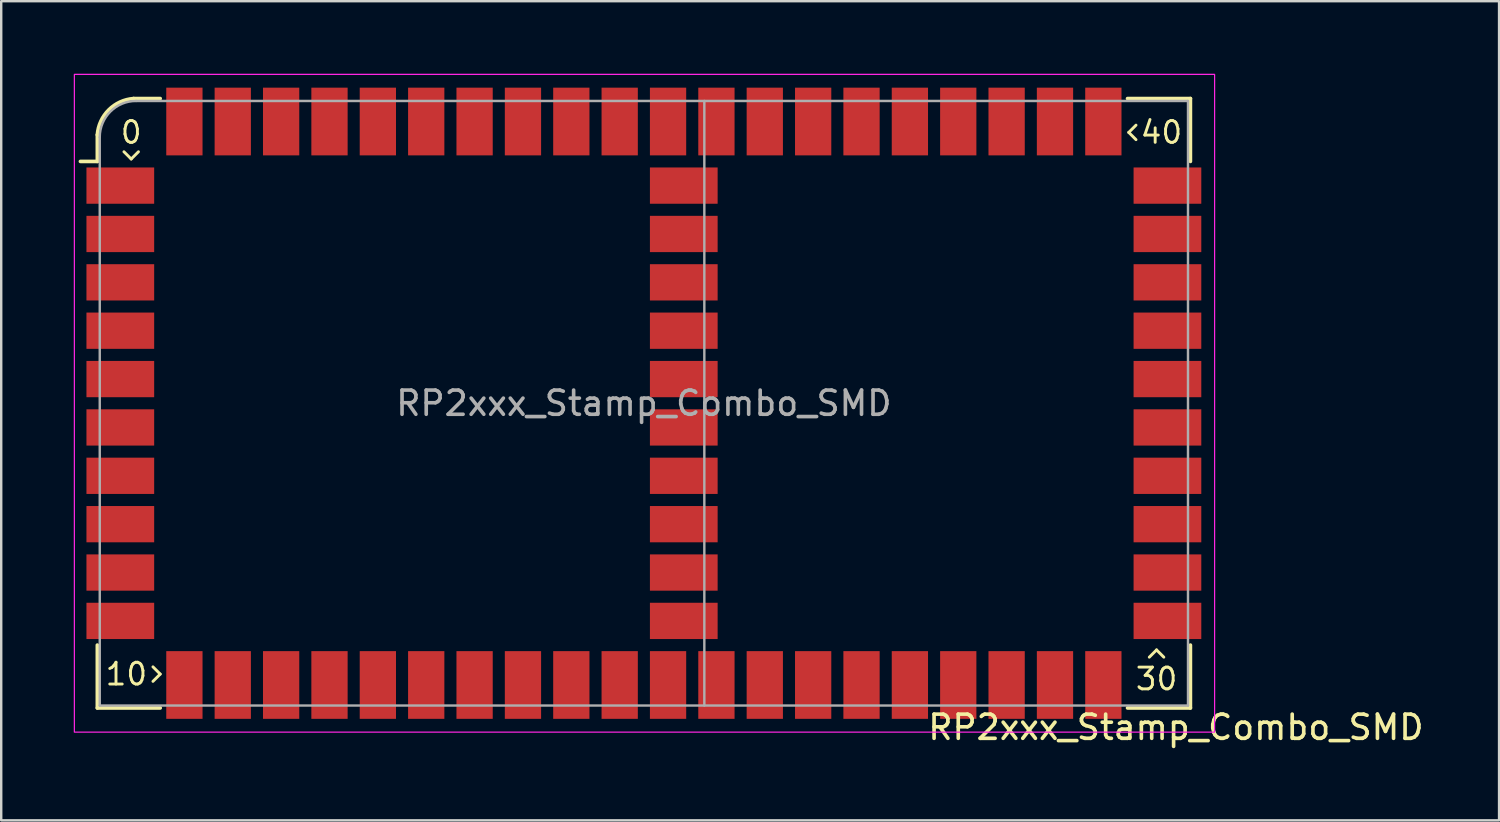
<source format=kicad_pcb>
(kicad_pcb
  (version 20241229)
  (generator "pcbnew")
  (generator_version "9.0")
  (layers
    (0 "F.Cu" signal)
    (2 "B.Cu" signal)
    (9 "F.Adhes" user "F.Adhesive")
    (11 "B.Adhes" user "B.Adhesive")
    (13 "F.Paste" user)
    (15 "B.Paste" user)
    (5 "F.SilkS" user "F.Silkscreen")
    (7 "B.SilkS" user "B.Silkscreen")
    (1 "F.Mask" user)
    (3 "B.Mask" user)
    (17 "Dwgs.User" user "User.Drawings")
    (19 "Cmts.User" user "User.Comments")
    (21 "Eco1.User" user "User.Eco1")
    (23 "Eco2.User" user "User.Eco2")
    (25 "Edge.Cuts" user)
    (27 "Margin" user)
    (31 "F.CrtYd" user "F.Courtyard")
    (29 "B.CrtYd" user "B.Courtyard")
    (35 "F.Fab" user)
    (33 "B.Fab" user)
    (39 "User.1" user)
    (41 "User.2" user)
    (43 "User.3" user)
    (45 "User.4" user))
  (footprint "RP2xxx_Stamp_Combo_SMD"
    (layer "F.Cu")
    (at 23.575 13.625)
    (property "Reference" "RP2xxx_Stamp_Combo_SMD" (at 22 13.4 0) (unlocked yes) (layer "F.SilkS") (effects (font (size 1 1) (thickness 0.15))))
    (attr smd)
    (fp_line (start -22.6 -10) (end -23.3 -10) (stroke (width 0.15) (type solid)) (layer "F.SilkS"))
    (fp_line (start -22.6 -10) (end -22.6 -11.1) (stroke (width 0.15) (type solid)) (layer "F.SilkS"))
    (fp_line (start -22.6 12.6) (end -22.6 10) (stroke (width 0.15) (type solid)) (layer "F.SilkS"))
    (fp_line (start -21.5 -10.4) (end -21.2 -10.1) (stroke (width 0.12) (type solid)) (layer "F.SilkS"))
    (fp_line (start -21.2 -10.1) (end -20.9 -10.4) (stroke (width 0.12) (type solid)) (layer "F.SilkS"))
    (fp_line (start -21.1 -12.6) (end -20 -12.6) (stroke (width 0.15) (type solid)) (layer "F.SilkS"))
    (fp_line (start -20.3 11.5) (end -20 11.2) (stroke (width 0.12) (type solid)) (layer "F.SilkS"))
    (fp_line (start -20 11.2) (end -20.3 10.9) (stroke (width 0.12) (type solid)) (layer "F.SilkS"))
    (fp_line (start -20 12.6) (end -22.6 12.6) (stroke (width 0.15) (type solid)) (layer "F.SilkS"))
    (fp_line (start 20 -12.6) (end 22.6 -12.6) (stroke (width 0.15) (type solid)) (layer "F.SilkS"))
    (fp_line (start 20.05 -11.2) (end 20.35 -10.9) (stroke (width 0.12) (type solid)) (layer "F.SilkS"))
    (fp_line (start 20.35 -11.5) (end 20.05 -11.2) (stroke (width 0.12) (type solid)) (layer "F.SilkS"))
    (fp_line (start 21.2 10.2) (end 20.9 10.5) (stroke (width 0.12) (type solid)) (layer "F.SilkS"))
    (fp_line (start 21.5 10.5) (end 21.2 10.2) (stroke (width 0.12) (type solid)) (layer "F.SilkS"))
    (fp_line (start 22.6 -12.6) (end 22.6 -10) (stroke (width 0.15) (type solid)) (layer "F.SilkS"))
    (fp_line (start 22.6 10) (end 22.6 12.6) (stroke (width 0.15) (type solid)) (layer "F.SilkS"))
    (fp_line (start 22.6 12.6) (end 20 12.6) (stroke (width 0.15) (type solid)) (layer "F.SilkS"))
    (fp_arc (start -22.6 -11.1) (mid -22.129432 -12.129432) (end -21.1 -12.6) (stroke (width 0.15) (type solid)) (layer "F.SilkS"))
    (fp_rect (start -23.55 -13.6) (end 23.6 13.6) (stroke (width 0.05) (type solid)) (fill no) (layer "F.CrtYd"))
    (fp_line (start -22.5 12.5) (end -22.5 -11) (stroke (width 0.1) (type solid)) (layer "F.Fab"))
    (fp_line (start -21 -12.5) (end 22.5 -12.5) (stroke (width 0.1) (type solid)) (layer "F.Fab"))
    (fp_line (start 2.5 -12.5) (end 2.5 12.5) (stroke (width 0.1) (type solid)) (layer "F.Fab"))
    (fp_line (start 22.5 -12.5) (end 22.5 12.5) (stroke (width 0.1) (type solid)) (layer "F.Fab"))
    (fp_line (start 22.5 12.5) (end -22.5 12.5) (stroke (width 0.1) (type solid)) (layer "F.Fab"))
    (fp_arc (start -22.500003 -11.000003) (mid -22.060661 -12.060662) (end -21 -12.5) (stroke (width 0.1) (type solid)) (layer "F.Fab"))
    (fp_text user "40" (at 21.4 -11.2 0) (unlocked yes) (layer "F.SilkS") (effects (font (size 0.9 0.9) (thickness 0.12))))
    (fp_text user "0" (at -21.2 -11.2 0) (unlocked yes) (layer "F.SilkS") (effects (font (size 0.9 0.9) (thickness 0.12))))
    (fp_text user "30" (at 21.2 11.4 0) (unlocked yes) (layer "F.SilkS") (effects (font (size 0.9 0.9) (thickness 0.12))))
    (fp_text user "10" (at -21.4 11.2 0) (unlocked yes) (layer "F.SilkS") (effects (font (size 0.9 0.9) (thickness 0.12))))
    (fp_text user "${REFERENCE}" (at 0 0 0) (unlocked yes) (layer "F.Fab") (effects (font (size 1 1) (thickness 0.15))))
    (pad "1" smd rect (at -21.65 -9) (size 2.8 1.5) (layers "F.Cu" "F.Mask" "F.Paste"))
    (pad "2" smd rect (at -21.65 -7) (size 2.8 1.5) (layers "F.Cu" "F.Mask" "F.Paste"))
    (pad "3" smd rect (at -21.65 -5) (size 2.8 1.5) (layers "F.Cu" "F.Mask" "F.Paste"))
    (pad "4" smd rect (at -21.65 -3) (size 2.8 1.5) (layers "F.Cu" "F.Mask" "F.Paste"))
    (pad "5" smd rect (at -21.65 -1) (size 2.8 1.5) (layers "F.Cu" "F.Mask" "F.Paste"))
    (pad "6" smd rect (at -21.65 1) (size 2.8 1.5) (layers "F.Cu" "F.Mask" "F.Paste"))
    (pad "7" smd rect (at -21.65 3) (size 2.8 1.5) (layers "F.Cu" "F.Mask" "F.Paste"))
    (pad "8" smd rect (at -21.65 5) (size 2.8 1.5) (layers "F.Cu" "F.Mask" "F.Paste"))
    (pad "9" smd rect (at -21.65 7) (size 2.8 1.5) (layers "F.Cu" "F.Mask" "F.Paste"))
    (pad "10" smd rect (at -21.65 9) (size 2.8 1.5) (layers "F.Cu" "F.Mask" "F.Paste"))
    (pad "11" smd rect (at -19 11.65 270) (size 2.8 1.5) (layers "F.Cu" "F.Mask" "F.Paste"))
    (pad "12" smd rect (at -17 11.65 270) (size 2.8 1.5) (layers "F.Cu" "F.Mask" "F.Paste"))
    (pad "13" smd rect (at -15 11.65 270) (size 2.8 1.5) (layers "F.Cu" "F.Mask" "F.Paste"))
    (pad "14" smd rect (at -13 11.65 270) (size 2.8 1.5) (layers "F.Cu" "F.Mask" "F.Paste"))
    (pad "15" smd rect (at -11 11.65 270) (size 2.8 1.5) (layers "F.Cu" "F.Mask" "F.Paste"))
    (pad "16" smd rect (at -9 11.65 270) (size 2.8 1.5) (layers "F.Cu" "F.Mask" "F.Paste"))
    (pad "17" smd rect (at -7 11.65 270) (size 2.8 1.5) (layers "F.Cu" "F.Mask" "F.Paste"))
    (pad "18" smd rect (at -5 11.65 270) (size 2.8 1.5) (layers "F.Cu" "F.Mask" "F.Paste"))
    (pad "19" smd rect (at -3 11.65 270) (size 2.8 1.5) (layers "F.Cu" "F.Mask" "F.Paste"))
    (pad "20" smd rect (at -1 11.65 270) (size 2.8 1.5) (layers "F.Cu" "F.Mask" "F.Paste"))
    (pad "21" smd rect (at 1 11.65 270) (size 2.8 1.5) (layers "F.Cu" "F.Mask" "F.Paste"))
    (pad "21" smd rect (at 1.65 9) (size 2.8 1.5) (layers "F.Cu" "F.Mask" "F.Paste"))
    (pad "22" smd rect (at 1.65 7) (size 2.8 1.5) (layers "F.Cu" "F.Mask" "F.Paste"))
    (pad "22" smd rect (at 3 11.65 270) (size 2.8 1.5) (layers "F.Cu" "F.Mask" "F.Paste"))
    (pad "23" smd rect (at 1.65 5) (size 2.8 1.5) (layers "F.Cu" "F.Mask" "F.Paste"))
    (pad "23" smd rect (at 5 11.65 270) (size 2.8 1.5) (layers "F.Cu" "F.Mask" "F.Paste"))
    (pad "24" smd rect (at 1.65 3) (size 2.8 1.5) (layers "F.Cu" "F.Mask" "F.Paste"))
    (pad "24" smd rect (at 7 11.65 270) (size 2.8 1.5) (layers "F.Cu" "F.Mask" "F.Paste"))
    (pad "25" smd rect (at 1.65 1) (size 2.8 1.5) (layers "F.Cu" "F.Mask" "F.Paste"))
    (pad "25" smd rect (at 9 11.65 270) (size 2.8 1.5) (layers "F.Cu" "F.Mask" "F.Paste"))
    (pad "26" smd rect (at 1.65 -1) (size 2.8 1.5) (layers "F.Cu" "F.Mask" "F.Paste"))
    (pad "26" smd rect (at 11 11.65 270) (size 2.8 1.5) (layers "F.Cu" "F.Mask" "F.Paste"))
    (pad "27" smd rect (at 1.65 -3) (size 2.8 1.5) (layers "F.Cu" "F.Mask" "F.Paste"))
    (pad "27" smd rect (at 13 11.65 270) (size 2.8 1.5) (layers "F.Cu" "F.Mask" "F.Paste"))
    (pad "28" smd rect (at 1.65 -5) (size 2.8 1.5) (layers "F.Cu" "F.Mask" "F.Paste"))
    (pad "28" smd rect (at 15 11.65 270) (size 2.8 1.5) (layers "F.Cu" "F.Mask" "F.Paste"))
    (pad "29" smd rect (at 1.65 -7) (size 2.8 1.5) (layers "F.Cu" "F.Mask" "F.Paste"))
    (pad "29" smd rect (at 17 11.65 270) (size 2.8 1.5) (layers "F.Cu" "F.Mask" "F.Paste"))
    (pad "30" smd rect (at 1.65 -9) (size 2.8 1.5) (layers "F.Cu" "F.Mask" "F.Paste"))
    (pad "30" smd rect (at 19 11.65 270) (size 2.8 1.5) (layers "F.Cu" "F.Mask" "F.Paste"))
    (pad "31" smd rect (at -1 -11.65 270) (size 2.8 1.5) (layers "F.Cu" "F.Mask" "F.Paste"))
    (pad "32" smd rect (at -3 -11.65 270) (size 2.8 1.5) (layers "F.Cu" "F.Mask" "F.Paste"))
    (pad "33" smd rect (at -5 -11.65 270) (size 2.8 1.5) (layers "F.Cu" "F.Mask" "F.Paste"))
    (pad "34" smd rect (at -7 -11.65 270) (size 2.8 1.5) (layers "F.Cu" "F.Mask" "F.Paste"))
    (pad "35" smd rect (at -9 -11.65 270) (size 2.8 1.5) (layers "F.Cu" "F.Mask" "F.Paste"))
    (pad "36" smd rect (at -11 -11.65 270) (size 2.8 1.5) (layers "F.Cu" "F.Mask" "F.Paste"))
    (pad "37" smd rect (at -13 -11.65 270) (size 2.8 1.5) (layers "F.Cu" "F.Mask" "F.Paste"))
    (pad "38" smd rect (at -15 -11.65 270) (size 2.8 1.5) (layers "F.Cu" "F.Mask" "F.Paste"))
    (pad "39" smd rect (at -17 -11.65 270) (size 2.8 1.5) (layers "F.Cu" "F.Mask" "F.Paste"))
    (pad "40" smd rect (at -19 -11.65 270) (size 2.8 1.5) (layers "F.Cu" "F.Mask" "F.Paste"))
    (pad "41" smd rect (at 21.65 9) (size 2.8 1.5) (layers "F.Cu" "F.Mask" "F.Paste"))
    (pad "42" smd rect (at 21.65 7) (size 2.8 1.5) (layers "F.Cu" "F.Mask" "F.Paste"))
    (pad "43" smd rect (at 21.65 5) (size 2.8 1.5) (layers "F.Cu" "F.Mask" "F.Paste"))
    (pad "44" smd rect (at 21.65 3) (size 2.8 1.5) (layers "F.Cu" "F.Mask" "F.Paste"))
    (pad "45" smd rect (at 21.65 1) (size 2.8 1.5) (layers "F.Cu" "F.Mask" "F.Paste"))
    (pad "46" smd rect (at 21.65 -1) (size 2.8 1.5) (layers "F.Cu" "F.Mask" "F.Paste"))
    (pad "47" smd rect (at 21.65 -3) (size 2.8 1.5) (layers "F.Cu" "F.Mask" "F.Paste"))
    (pad "48" smd rect (at 21.65 -5) (size 2.8 1.5) (layers "F.Cu" "F.Mask" "F.Paste"))
    (pad "49" smd rect (at 21.65 -7) (size 2.8 1.5) (layers "F.Cu" "F.Mask" "F.Paste"))
    (pad "50" smd rect (at 21.65 -9) (size 2.8 1.5) (layers "F.Cu" "F.Mask" "F.Paste"))
    (pad "51" smd rect (at 19 -11.65 270) (size 2.8 1.5) (layers "F.Cu" "F.Mask" "F.Paste"))
    (pad "52" smd rect (at 17 -11.65 270) (size 2.8 1.5) (layers "F.Cu" "F.Mask" "F.Paste"))
    (pad "53" smd rect (at 15 -11.65 270) (size 2.8 1.5) (layers "F.Cu" "F.Mask" "F.Paste"))
    (pad "54" smd rect (at 13 -11.65 270) (size 2.8 1.5) (layers "F.Cu" "F.Mask" "F.Paste"))
    (pad "55" smd rect (at 11 -11.65 270) (size 2.8 1.5) (layers "F.Cu" "F.Mask" "F.Paste"))
    (pad "56" smd rect (at 9 -11.65 270) (size 2.8 1.5) (layers "F.Cu" "F.Mask" "F.Paste"))
    (pad "57" smd rect (at 7 -11.65 270) (size 2.8 1.5) (layers "F.Cu" "F.Mask" "F.Paste"))
    (pad "58" smd rect (at 5 -11.65 270) (size 2.8 1.5) (layers "F.Cu" "F.Mask" "F.Paste"))
    (pad "59" smd rect (at 3 -11.65 270) (size 2.8 1.5) (layers "F.Cu" "F.Mask" "F.Paste"))
    (pad "60" smd rect (at 1 -11.65 270) (size 2.8 1.5) (layers "F.Cu" "F.Mask" "F.Paste")))
  (gr_rect
    (start -3 -3)
    (end 58.938 30.873)
    (stroke (width 0.1) (type default))
    (fill no)
    (layer "Edge.Cuts")))
</source>
